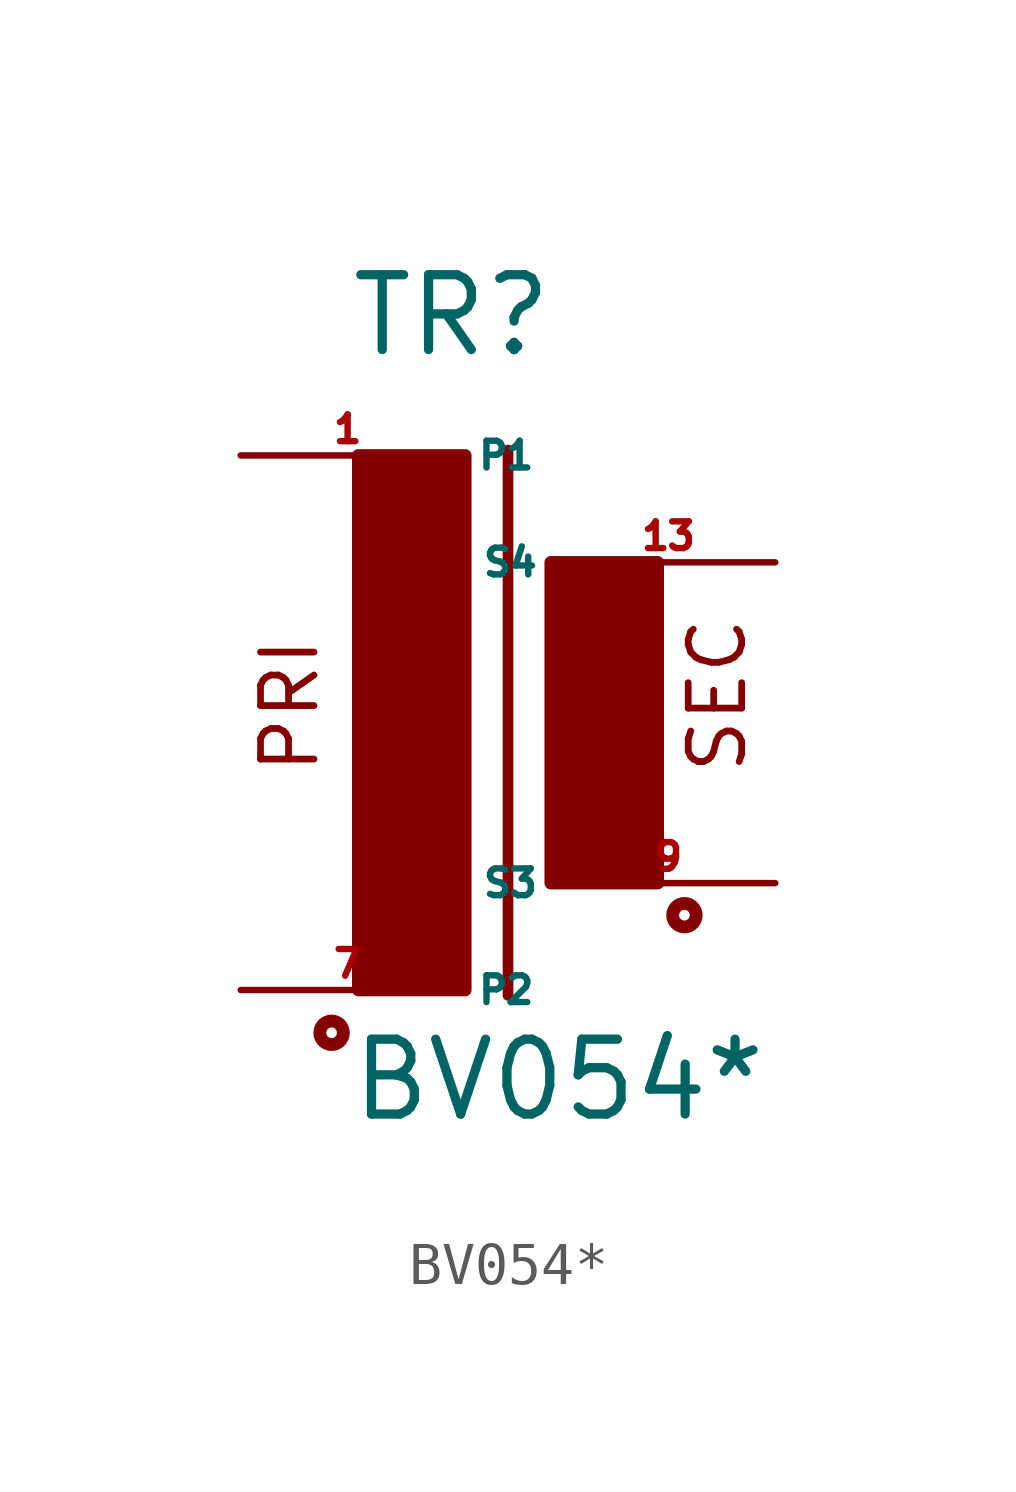
<source format=kicad_sym>
(kicad_symbol_lib
  (version 20220914)
  (generator Eagle2Kicad)
  (symbol "BV054*"
    (property "Reference" "TR"
      (at -2.54 7.366 0)
      (effects (font (size 1.778 1.778) (thickness 0.22)) (justify left bottom)))
    (property "Value" "BV054*"
      (at -2.54 -10.795 0)
      (effects (font (size 1.778 1.778) (thickness 0.22)) (justify left bottom)))
    (polyline
      (pts (xy 1.27 5.207) (xy 1.27 -7.747))
      (stroke (width 0.254) (type default))
      (fill (type none)))
    (text "PRI"
      (at -3.175 -2.54 900)
      (effects (font (size 1.27 1.27) (thickness 0.16)) (justify left bottom)))
    (text "SEC"
      (at 6.985 -2.54 900)
      (effects (font (size 1.27 1.27) (thickness 0.16)) (justify left bottom)))
    (circle
      (center -2.921 -8.636)
      (radius 0.127)
      (stroke (width 0.305) (type default))
      (fill (type none)))
    (circle
      (center 5.461 -5.842)
      (radius 0.127)
      (stroke (width 0.305) (type default))
      (fill (type none)))
    (rectangle
      (start -2.286 -7.62)
      (end 0.254 5.08)
      (stroke (width 0.3) (type default))
      (fill (type outline)))
    (rectangle
      (start 2.286 -5.08)
      (end 4.826 2.54)
      (stroke (width 0.3) (type default))
      (fill (type outline)))
    (pin passive line
      (at -5.08 5.08 0)
      (length 5.08)
      (name "P1" (effects (font (size 0.635 0.635) (thickness 0.08)) (justify left bottom)))
      (number "1" (effects (font (size 0.635 0.635) (thickness 0.08)) (justify left bottom))))
    (pin passive line
      (at -5.08 -7.62 0)
      (length 5.08)
      (name "P2" (effects (font (size 0.635 0.635) (thickness 0.08)) (justify left bottom)))
      (number "7" (effects (font (size 0.635 0.635) (thickness 0.08)) (justify left bottom))))
    (pin passive line
      (at 7.62 -5.08 180)
      (length 5.08)
      (name "S3" (effects (font (size 0.635 0.635) (thickness 0.08)) (justify left bottom)))
      (number "9" (effects (font (size 0.635 0.635) (thickness 0.08)) (justify left bottom))))
    (pin passive line
      (at 7.62 2.54 180)
      (length 5.08)
      (name "S4" (effects (font (size 0.635 0.635) (thickness 0.08)) (justify left bottom)))
      (number "13" (effects (font (size 0.635 0.635) (thickness 0.08)) (justify left bottom))))))
</source>
